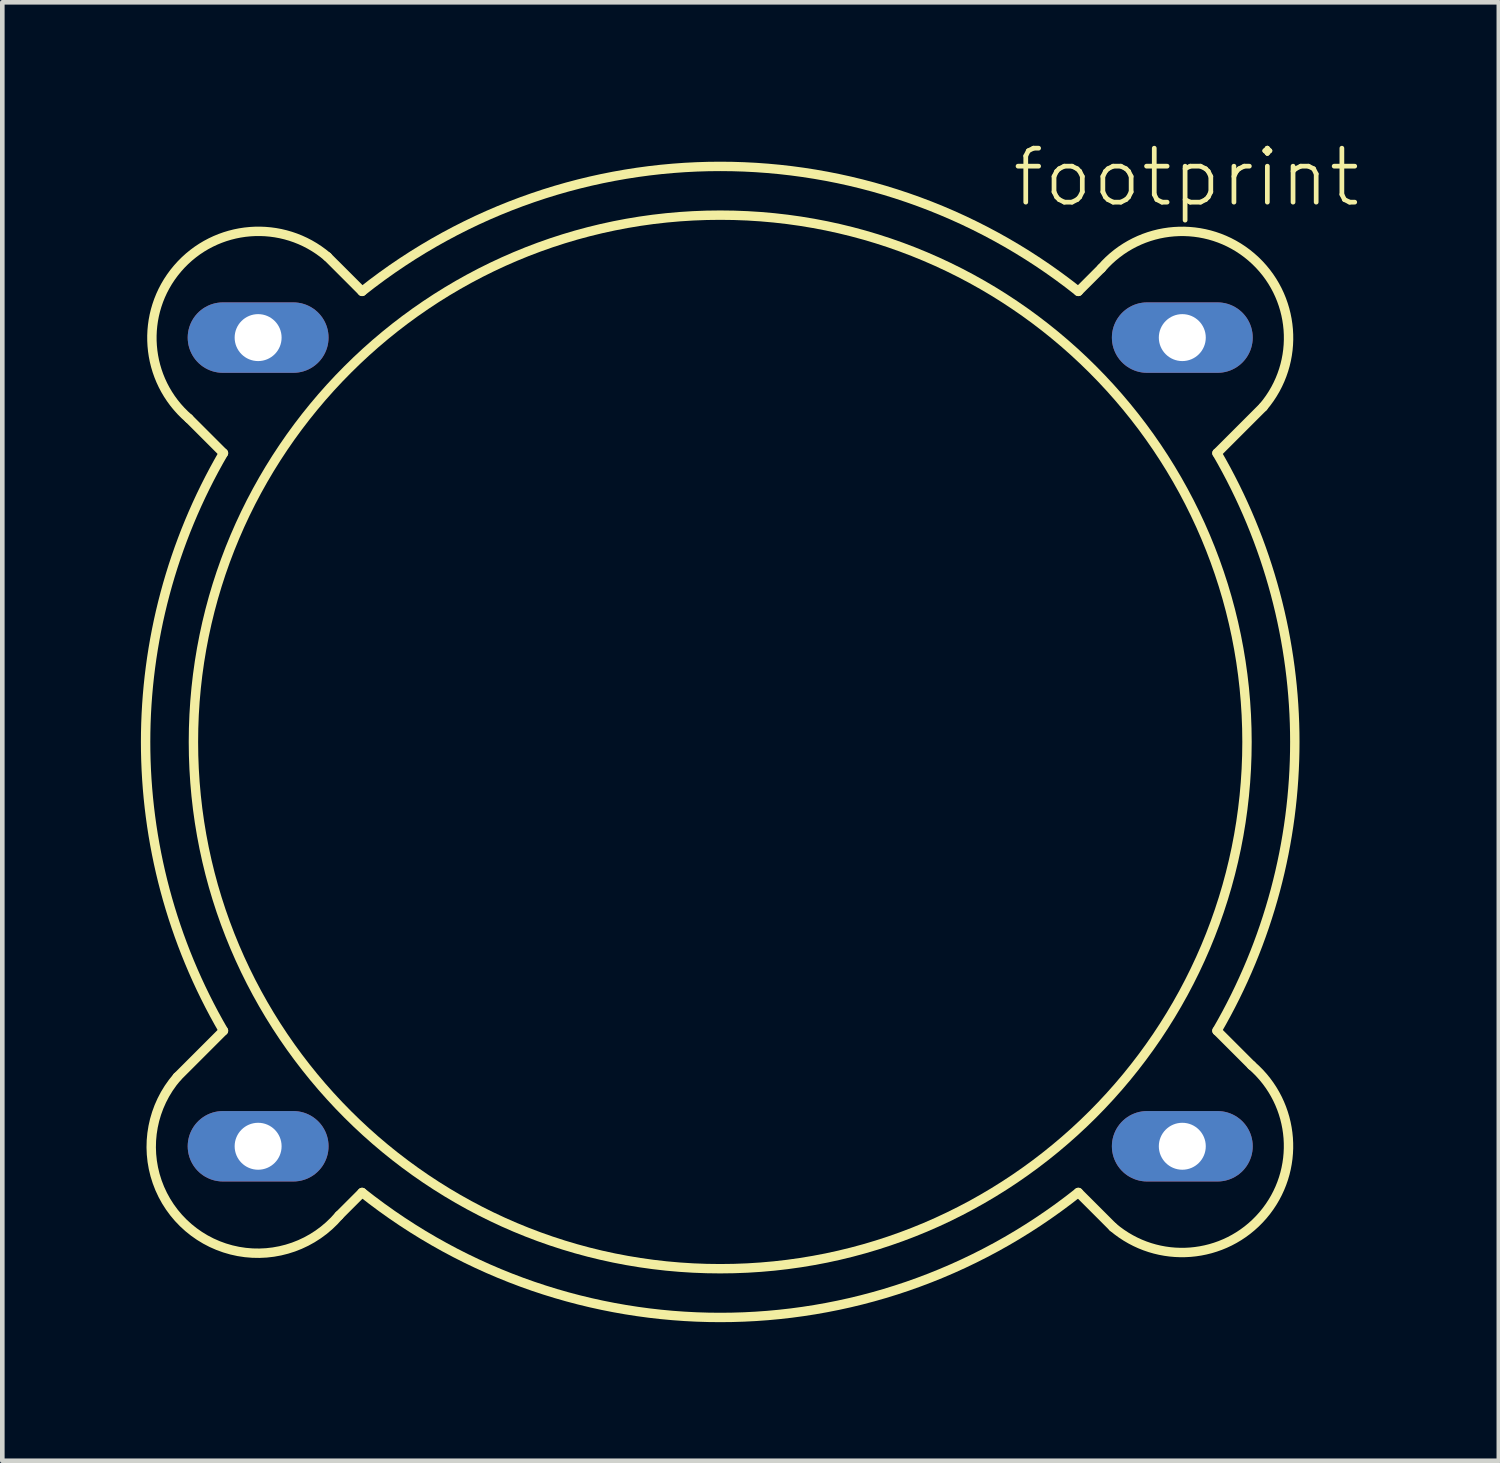
<source format=kicad_pcb>
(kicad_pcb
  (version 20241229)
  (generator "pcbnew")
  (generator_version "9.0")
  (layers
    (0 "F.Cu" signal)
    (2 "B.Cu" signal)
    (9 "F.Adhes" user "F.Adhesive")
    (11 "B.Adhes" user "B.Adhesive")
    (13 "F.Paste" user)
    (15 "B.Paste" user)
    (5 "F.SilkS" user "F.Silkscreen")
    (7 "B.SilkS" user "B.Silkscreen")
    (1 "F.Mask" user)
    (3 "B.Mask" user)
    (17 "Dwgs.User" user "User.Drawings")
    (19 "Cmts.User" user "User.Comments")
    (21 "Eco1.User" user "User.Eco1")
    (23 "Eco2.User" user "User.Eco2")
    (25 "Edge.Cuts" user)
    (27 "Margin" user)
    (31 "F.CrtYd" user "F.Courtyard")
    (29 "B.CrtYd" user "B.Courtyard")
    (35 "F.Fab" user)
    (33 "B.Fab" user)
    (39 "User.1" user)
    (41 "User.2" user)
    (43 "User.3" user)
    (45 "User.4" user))
  (footprint "footprint"
    (layer "F.Cu")
    (at 12.536 13.006)
    (property "Reference" "footprint" (at 6.267 -11.533 0) (layer "F.SilkS") (effects (font (size 1.168 1.168) (thickness 0.102)) (justify left bottom)))
    (fp_line (start -11.75 7.25) (end -10.75 6.25) (stroke (width 0.203) (type solid)) (layer "F.SilkS"))
    (fp_line (start -11.5 -7) (end -10.75 -6.25) (stroke (width 0.203) (type solid)) (layer "F.SilkS"))
    (fp_line (start -8.5 -10.5) (end -7.75 -9.75) (stroke (width 0.203) (type solid)) (layer "F.SilkS"))
    (fp_line (start -8.25 10.25) (end -7.75 9.75) (stroke (width 0.203) (type solid)) (layer "F.SilkS"))
    (fp_line (start 8.25 -10.25) (end 7.75 -9.75) (stroke (width 0.203) (type solid)) (layer "F.SilkS"))
    (fp_line (start 8.5 10.5) (end 7.75 9.75) (stroke (width 0.203) (type solid)) (layer "F.SilkS"))
    (fp_line (start 11.5 7) (end 10.75 6.25) (stroke (width 0.203) (type solid)) (layer "F.SilkS"))
    (fp_line (start 11.75 -7.25) (end 10.75 -6.25) (stroke (width 0.203) (type solid)) (layer "F.SilkS"))
    (fp_arc (start -11.5 -7) (mid -11.75 -10.25) (end -8.5 -10.5) (stroke (width 0.2032) (type solid)) (layer "F.SilkS"))
    (fp_arc (start -10.75 6.25) (mid -12.43483 0) (end -10.75 -6.25) (stroke (width 0.2032) (type solid)) (layer "F.SilkS"))
    (fp_arc (start -8.2498 10.25) (mid -11.4999 10.5001) (end -11.75 7.25) (stroke (width 0.2032) (type solid)) (layer "F.SilkS"))
    (fp_arc (start -7.75 -9.75) (mid 0 -12.454919) (end 7.75 -9.75) (stroke (width 0.2032) (type solid)) (layer "F.SilkS"))
    (fp_arc (start 7.75 9.75) (mid 0 12.454919) (end -7.75 9.75) (stroke (width 0.2032) (type solid)) (layer "F.SilkS"))
    (fp_arc (start 8.25 -10.25) (mid 11.5 -10.5) (end 11.75 -7.25) (stroke (width 0.2032) (type solid)) (layer "F.SilkS"))
    (fp_arc (start 10.75 -6.25) (mid 12.43483 0) (end 10.75 6.25) (stroke (width 0.2032) (type solid)) (layer "F.SilkS"))
    (fp_arc (start 11.5 7) (mid 11.75 10.25) (end 8.5 10.5) (stroke (width 0.2032) (type solid)) (layer "F.SilkS"))
    (fp_circle (center 0 0) (end 11.4 0) (stroke (width 0.203) (type solid)) (fill no) (layer "F.SilkS"))
    (pad "1" thru_hole oval (at -10 -8.75) (size 3.048 1.524) (drill 1.016) (layers "*.Cu" "*.Mask"))
    (pad "2" thru_hole oval (at 10 -8.75) (size 3.048 1.524) (drill 1.016) (layers "*.Cu" "*.Mask"))
    (pad "3" thru_hole oval (at -10 8.75) (size 3.048 1.524) (drill 1.016) (layers "*.Cu" "*.Mask"))
    (pad "4" thru_hole oval (at 10 8.75) (size 3.048 1.524) (drill 1.016) (layers "*.Cu" "*.Mask")))
  (gr_rect
    (start -3 -3)
    (end 29.386 28.563)
    (stroke (width 0.1) (type default))
    (fill no)
    (layer "Edge.Cuts")))
</source>
